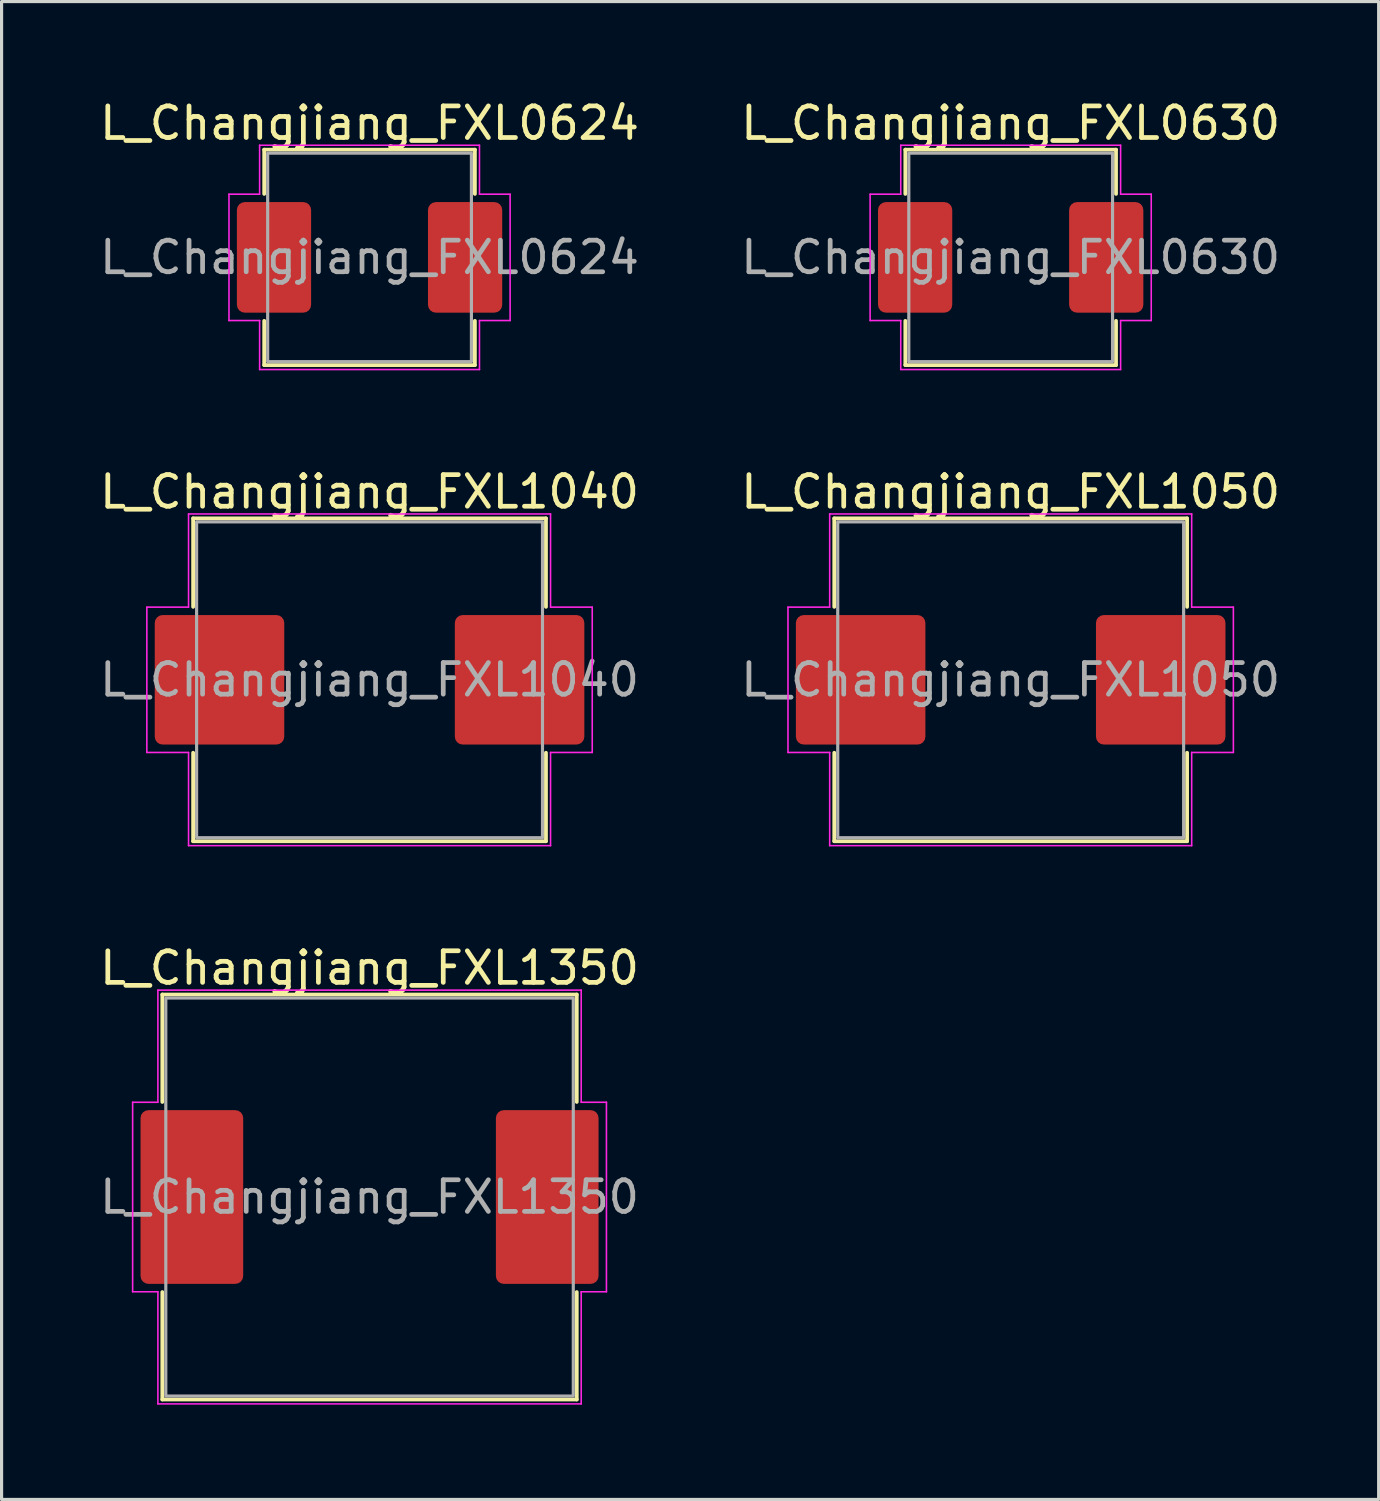
<source format=kicad_pcb>
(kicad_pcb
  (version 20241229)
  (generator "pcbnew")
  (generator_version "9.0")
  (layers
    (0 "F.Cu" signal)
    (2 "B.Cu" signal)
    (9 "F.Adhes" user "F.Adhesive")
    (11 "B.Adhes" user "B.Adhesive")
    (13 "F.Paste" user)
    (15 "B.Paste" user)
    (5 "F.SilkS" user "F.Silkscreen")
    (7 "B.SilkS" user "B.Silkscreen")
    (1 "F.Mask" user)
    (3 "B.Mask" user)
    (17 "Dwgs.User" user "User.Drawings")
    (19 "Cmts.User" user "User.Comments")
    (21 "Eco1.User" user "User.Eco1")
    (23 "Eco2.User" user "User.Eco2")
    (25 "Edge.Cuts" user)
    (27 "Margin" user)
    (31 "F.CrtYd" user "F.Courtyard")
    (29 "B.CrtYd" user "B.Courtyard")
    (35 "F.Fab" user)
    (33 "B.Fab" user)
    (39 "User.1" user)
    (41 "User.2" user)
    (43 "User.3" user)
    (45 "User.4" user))
  (footprint "L_Changjiang_FXL0630"
    (layer "F.Cu")
    (at 28.946 5.098)
    (property "Reference" "L_Changjiang_FXL0630" (at 0 -4.25 0) (layer "F.SilkS") (effects (font (size 1 1) (thickness 0.15))))
    (attr smd)
    (fp_line (start -3.335 -3.41) (end 3.335 -3.41) (stroke (width 0.12) (type solid)) (layer "F.SilkS"))
    (fp_line (start -3.335 -2.01) (end -3.335 -3.41) (stroke (width 0.12) (type solid)) (layer "F.SilkS"))
    (fp_line (start -3.335 3.41) (end -3.335 2.01) (stroke (width 0.12) (type solid)) (layer "F.SilkS"))
    (fp_line (start 3.335 -3.41) (end 3.335 -2.01) (stroke (width 0.12) (type solid)) (layer "F.SilkS"))
    (fp_line (start 3.335 2.01) (end 3.335 3.41) (stroke (width 0.12) (type solid)) (layer "F.SilkS"))
    (fp_line (start 3.335 3.41) (end -3.335 3.41) (stroke (width 0.12) (type solid)) (layer "F.SilkS"))
    (fp_line (start -4.45 -2) (end -3.48 -2) (stroke (width 0.05) (type solid)) (layer "F.CrtYd"))
    (fp_line (start -4.45 2) (end -4.45 -2) (stroke (width 0.05) (type solid)) (layer "F.CrtYd"))
    (fp_line (start -3.48 -3.55) (end 3.48 -3.55) (stroke (width 0.05) (type solid)) (layer "F.CrtYd"))
    (fp_line (start -3.48 -2) (end -3.48 -3.55) (stroke (width 0.05) (type solid)) (layer "F.CrtYd"))
    (fp_line (start -3.48 2) (end -4.45 2) (stroke (width 0.05) (type solid)) (layer "F.CrtYd"))
    (fp_line (start -3.48 3.55) (end -3.48 2) (stroke (width 0.05) (type solid)) (layer "F.CrtYd"))
    (fp_line (start 3.48 -3.55) (end 3.48 -2) (stroke (width 0.05) (type solid)) (layer "F.CrtYd"))
    (fp_line (start 3.48 -2) (end 4.45 -2) (stroke (width 0.05) (type solid)) (layer "F.CrtYd"))
    (fp_line (start 3.48 2) (end 3.48 3.55) (stroke (width 0.05) (type solid)) (layer "F.CrtYd"))
    (fp_line (start 3.48 3.55) (end -3.48 3.55) (stroke (width 0.05) (type solid)) (layer "F.CrtYd"))
    (fp_line (start 4.45 -2) (end 4.45 2) (stroke (width 0.05) (type solid)) (layer "F.CrtYd"))
    (fp_line (start 4.45 2) (end 3.48 2) (stroke (width 0.05) (type solid)) (layer "F.CrtYd"))
    (fp_rect (start -3.225 -3.3) (end 3.225 3.3) (stroke (width 0.1) (type solid)) (fill no) (layer "F.Fab"))
    (fp_text user "${REFERENCE}" (at 0 0 0) (layer "F.Fab") (effects (font (size 1 1) (thickness 0.15))))
    (pad "1" smd roundrect (at -3.025 0) (size 2.35 3.5) (layers "F.Cu" "F.Mask" "F.Paste") (roundrect_rratio 0.106))
    (pad "2" smd roundrect (at 3.025 0) (size 2.35 3.5) (layers "F.Cu" "F.Mask" "F.Paste") (roundrect_rratio 0.106)))
  (footprint "L_Changjiang_FXL0624"
    (layer "F.Cu")
    (at 8.649 5.098)
    (property "Reference" "L_Changjiang_FXL0624" (at 0 -4.25 0) (layer "F.SilkS") (effects (font (size 1 1) (thickness 0.15))))
    (attr smd)
    (fp_line (start -3.335 -3.41) (end 3.335 -3.41) (stroke (width 0.12) (type solid)) (layer "F.SilkS"))
    (fp_line (start -3.335 -2.01) (end -3.335 -3.41) (stroke (width 0.12) (type solid)) (layer "F.SilkS"))
    (fp_line (start -3.335 3.41) (end -3.335 2.01) (stroke (width 0.12) (type solid)) (layer "F.SilkS"))
    (fp_line (start 3.335 -3.41) (end 3.335 -2.01) (stroke (width 0.12) (type solid)) (layer "F.SilkS"))
    (fp_line (start 3.335 2.01) (end 3.335 3.41) (stroke (width 0.12) (type solid)) (layer "F.SilkS"))
    (fp_line (start 3.335 3.41) (end -3.335 3.41) (stroke (width 0.12) (type solid)) (layer "F.SilkS"))
    (fp_line (start -4.45 -2) (end -3.48 -2) (stroke (width 0.05) (type solid)) (layer "F.CrtYd"))
    (fp_line (start -4.45 2) (end -4.45 -2) (stroke (width 0.05) (type solid)) (layer "F.CrtYd"))
    (fp_line (start -3.48 -3.55) (end 3.48 -3.55) (stroke (width 0.05) (type solid)) (layer "F.CrtYd"))
    (fp_line (start -3.48 -2) (end -3.48 -3.55) (stroke (width 0.05) (type solid)) (layer "F.CrtYd"))
    (fp_line (start -3.48 2) (end -4.45 2) (stroke (width 0.05) (type solid)) (layer "F.CrtYd"))
    (fp_line (start -3.48 3.55) (end -3.48 2) (stroke (width 0.05) (type solid)) (layer "F.CrtYd"))
    (fp_line (start 3.48 -3.55) (end 3.48 -2) (stroke (width 0.05) (type solid)) (layer "F.CrtYd"))
    (fp_line (start 3.48 -2) (end 4.45 -2) (stroke (width 0.05) (type solid)) (layer "F.CrtYd"))
    (fp_line (start 3.48 2) (end 3.48 3.55) (stroke (width 0.05) (type solid)) (layer "F.CrtYd"))
    (fp_line (start 3.48 3.55) (end -3.48 3.55) (stroke (width 0.05) (type solid)) (layer "F.CrtYd"))
    (fp_line (start 4.45 -2) (end 4.45 2) (stroke (width 0.05) (type solid)) (layer "F.CrtYd"))
    (fp_line (start 4.45 2) (end 3.48 2) (stroke (width 0.05) (type solid)) (layer "F.CrtYd"))
    (fp_rect (start -3.225 -3.3) (end 3.225 3.3) (stroke (width 0.1) (type solid)) (fill no) (layer "F.Fab"))
    (fp_text user "${REFERENCE}" (at 0 0 0) (layer "F.Fab") (effects (font (size 1 1) (thickness 0.15))))
    (pad "1" smd roundrect (at -3.025 0) (size 2.35 3.5) (layers "F.Cu" "F.Mask" "F.Paste") (roundrect_rratio 0.106))
    (pad "2" smd roundrect (at 3.025 0) (size 2.35 3.5) (layers "F.Cu" "F.Mask" "F.Paste") (roundrect_rratio 0.106)))
  (footprint "L_Changjiang_FXL1350"
    (layer "F.Cu")
    (at 8.649 34.845)
    (property "Reference" "L_Changjiang_FXL1350" (at 0 -7.25 0) (layer "F.SilkS") (effects (font (size 1 1) (thickness 0.15))))
    (attr smd)
    (fp_line (start -6.56 -6.41) (end 6.56 -6.41) (stroke (width 0.12) (type solid)) (layer "F.SilkS"))
    (fp_line (start -6.56 -3.01) (end -6.56 -6.41) (stroke (width 0.12) (type solid)) (layer "F.SilkS"))
    (fp_line (start -6.56 6.41) (end -6.56 3.01) (stroke (width 0.12) (type solid)) (layer "F.SilkS"))
    (fp_line (start 6.56 -6.41) (end 6.56 -3.01) (stroke (width 0.12) (type solid)) (layer "F.SilkS"))
    (fp_line (start 6.56 3.01) (end 6.56 6.41) (stroke (width 0.12) (type solid)) (layer "F.SilkS"))
    (fp_line (start 6.56 6.41) (end -6.56 6.41) (stroke (width 0.12) (type solid)) (layer "F.SilkS"))
    (fp_line (start -7.5 -3) (end -6.7 -3) (stroke (width 0.05) (type solid)) (layer "F.CrtYd"))
    (fp_line (start -7.5 3) (end -7.5 -3) (stroke (width 0.05) (type solid)) (layer "F.CrtYd"))
    (fp_line (start -6.7 -6.55) (end 6.7 -6.55) (stroke (width 0.05) (type solid)) (layer "F.CrtYd"))
    (fp_line (start -6.7 -3) (end -6.7 -6.55) (stroke (width 0.05) (type solid)) (layer "F.CrtYd"))
    (fp_line (start -6.7 3) (end -7.5 3) (stroke (width 0.05) (type solid)) (layer "F.CrtYd"))
    (fp_line (start -6.7 6.55) (end -6.7 3) (stroke (width 0.05) (type solid)) (layer "F.CrtYd"))
    (fp_line (start 6.7 -6.55) (end 6.7 -3) (stroke (width 0.05) (type solid)) (layer "F.CrtYd"))
    (fp_line (start 6.7 -3) (end 7.5 -3) (stroke (width 0.05) (type solid)) (layer "F.CrtYd"))
    (fp_line (start 6.7 3) (end 6.7 6.55) (stroke (width 0.05) (type solid)) (layer "F.CrtYd"))
    (fp_line (start 6.7 6.55) (end -6.7 6.55) (stroke (width 0.05) (type solid)) (layer "F.CrtYd"))
    (fp_line (start 7.5 -3) (end 7.5 3) (stroke (width 0.05) (type solid)) (layer "F.CrtYd"))
    (fp_line (start 7.5 3) (end 6.7 3) (stroke (width 0.05) (type solid)) (layer "F.CrtYd"))
    (fp_rect (start -6.45 -6.3) (end 6.45 6.3) (stroke (width 0.1) (type solid)) (fill no) (layer "F.Fab"))
    (fp_text user "${REFERENCE}" (at 0 0 0) (layer "F.Fab") (effects (font (size 1 1) (thickness 0.15))))
    (pad "1" smd roundrect (at -5.625 0) (size 3.25 5.5) (layers "F.Cu" "F.Mask" "F.Paste") (roundrect_rratio 0.077))
    (pad "2" smd roundrect (at 5.625 0) (size 3.25 5.5) (layers "F.Cu" "F.Mask" "F.Paste") (roundrect_rratio 0.077)))
  (footprint "L_Changjiang_FXL1050"
    (layer "F.Cu")
    (at 28.946 18.471)
    (property "Reference" "L_Changjiang_FXL1050" (at 0 -5.95 0) (layer "F.SilkS") (effects (font (size 1 1) (thickness 0.15))))
    (attr smd)
    (fp_line (start -5.585 -5.11) (end 5.585 -5.11) (stroke (width 0.12) (type solid)) (layer "F.SilkS"))
    (fp_line (start -5.585 -2.31) (end -5.585 -5.11) (stroke (width 0.12) (type solid)) (layer "F.SilkS"))
    (fp_line (start -5.585 5.11) (end -5.585 2.31) (stroke (width 0.12) (type solid)) (layer "F.SilkS"))
    (fp_line (start 5.585 -5.11) (end 5.585 -2.31) (stroke (width 0.12) (type solid)) (layer "F.SilkS"))
    (fp_line (start 5.585 2.31) (end 5.585 5.11) (stroke (width 0.12) (type solid)) (layer "F.SilkS"))
    (fp_line (start 5.585 5.11) (end -5.585 5.11) (stroke (width 0.12) (type solid)) (layer "F.SilkS"))
    (fp_line (start -7.05 -2.3) (end -5.73 -2.3) (stroke (width 0.05) (type solid)) (layer "F.CrtYd"))
    (fp_line (start -7.05 2.3) (end -7.05 -2.3) (stroke (width 0.05) (type solid)) (layer "F.CrtYd"))
    (fp_line (start -5.73 -5.25) (end 5.73 -5.25) (stroke (width 0.05) (type solid)) (layer "F.CrtYd"))
    (fp_line (start -5.73 -2.3) (end -5.73 -5.25) (stroke (width 0.05) (type solid)) (layer "F.CrtYd"))
    (fp_line (start -5.73 2.3) (end -7.05 2.3) (stroke (width 0.05) (type solid)) (layer "F.CrtYd"))
    (fp_line (start -5.73 5.25) (end -5.73 2.3) (stroke (width 0.05) (type solid)) (layer "F.CrtYd"))
    (fp_line (start 5.73 -5.25) (end 5.73 -2.3) (stroke (width 0.05) (type solid)) (layer "F.CrtYd"))
    (fp_line (start 5.73 -2.3) (end 7.05 -2.3) (stroke (width 0.05) (type solid)) (layer "F.CrtYd"))
    (fp_line (start 5.73 2.3) (end 5.73 5.25) (stroke (width 0.05) (type solid)) (layer "F.CrtYd"))
    (fp_line (start 5.73 5.25) (end -5.73 5.25) (stroke (width 0.05) (type solid)) (layer "F.CrtYd"))
    (fp_line (start 7.05 -2.3) (end 7.05 2.3) (stroke (width 0.05) (type solid)) (layer "F.CrtYd"))
    (fp_line (start 7.05 2.3) (end 5.73 2.3) (stroke (width 0.05) (type solid)) (layer "F.CrtYd"))
    (fp_rect (start -5.475 -5) (end 5.475 5) (stroke (width 0.1) (type solid)) (fill no) (layer "F.Fab"))
    (fp_text user "${REFERENCE}" (at 0 0 0) (layer "F.Fab") (effects (font (size 1 1) (thickness 0.15))))
    (pad "1" smd roundrect (at -4.75 0) (size 4.1 4.1) (layers "F.Cu" "F.Mask" "F.Paste") (roundrect_rratio 0.061))
    (pad "2" smd roundrect (at 4.75 0) (size 4.1 4.1) (layers "F.Cu" "F.Mask" "F.Paste") (roundrect_rratio 0.061)))
  (footprint "L_Changjiang_FXL1040"
    (layer "F.Cu")
    (at 8.649 18.471)
    (property "Reference" "L_Changjiang_FXL1040" (at 0 -5.95 0) (layer "F.SilkS") (effects (font (size 1 1) (thickness 0.15))))
    (attr smd)
    (fp_line (start -5.585 -5.11) (end 5.585 -5.11) (stroke (width 0.12) (type solid)) (layer "F.SilkS"))
    (fp_line (start -5.585 -2.31) (end -5.585 -5.11) (stroke (width 0.12) (type solid)) (layer "F.SilkS"))
    (fp_line (start -5.585 5.11) (end -5.585 2.31) (stroke (width 0.12) (type solid)) (layer "F.SilkS"))
    (fp_line (start 5.585 -5.11) (end 5.585 -2.31) (stroke (width 0.12) (type solid)) (layer "F.SilkS"))
    (fp_line (start 5.585 2.31) (end 5.585 5.11) (stroke (width 0.12) (type solid)) (layer "F.SilkS"))
    (fp_line (start 5.585 5.11) (end -5.585 5.11) (stroke (width 0.12) (type solid)) (layer "F.SilkS"))
    (fp_line (start -7.05 -2.3) (end -5.73 -2.3) (stroke (width 0.05) (type solid)) (layer "F.CrtYd"))
    (fp_line (start -7.05 2.3) (end -7.05 -2.3) (stroke (width 0.05) (type solid)) (layer "F.CrtYd"))
    (fp_line (start -5.73 -5.25) (end 5.73 -5.25) (stroke (width 0.05) (type solid)) (layer "F.CrtYd"))
    (fp_line (start -5.73 -2.3) (end -5.73 -5.25) (stroke (width 0.05) (type solid)) (layer "F.CrtYd"))
    (fp_line (start -5.73 2.3) (end -7.05 2.3) (stroke (width 0.05) (type solid)) (layer "F.CrtYd"))
    (fp_line (start -5.73 5.25) (end -5.73 2.3) (stroke (width 0.05) (type solid)) (layer "F.CrtYd"))
    (fp_line (start 5.73 -5.25) (end 5.73 -2.3) (stroke (width 0.05) (type solid)) (layer "F.CrtYd"))
    (fp_line (start 5.73 -2.3) (end 7.05 -2.3) (stroke (width 0.05) (type solid)) (layer "F.CrtYd"))
    (fp_line (start 5.73 2.3) (end 5.73 5.25) (stroke (width 0.05) (type solid)) (layer "F.CrtYd"))
    (fp_line (start 5.73 5.25) (end -5.73 5.25) (stroke (width 0.05) (type solid)) (layer "F.CrtYd"))
    (fp_line (start 7.05 -2.3) (end 7.05 2.3) (stroke (width 0.05) (type solid)) (layer "F.CrtYd"))
    (fp_line (start 7.05 2.3) (end 5.73 2.3) (stroke (width 0.05) (type solid)) (layer "F.CrtYd"))
    (fp_rect (start -5.475 -5) (end 5.475 5) (stroke (width 0.1) (type solid)) (fill no) (layer "F.Fab"))
    (fp_text user "${REFERENCE}" (at 0 0 0) (layer "F.Fab") (effects (font (size 1 1) (thickness 0.15))))
    (pad "1" smd roundrect (at -4.75 0) (size 4.1 4.1) (layers "F.Cu" "F.Mask" "F.Paste") (roundrect_rratio 0.061))
    (pad "2" smd roundrect (at 4.75 0) (size 4.1 4.1) (layers "F.Cu" "F.Mask" "F.Paste") (roundrect_rratio 0.061)))
  (gr_rect
    (start -3 -3)
    (end 40.595 44.42)
    (stroke (width 0.1) (type default))
    (fill no)
    (layer "Edge.Cuts")))
</source>
